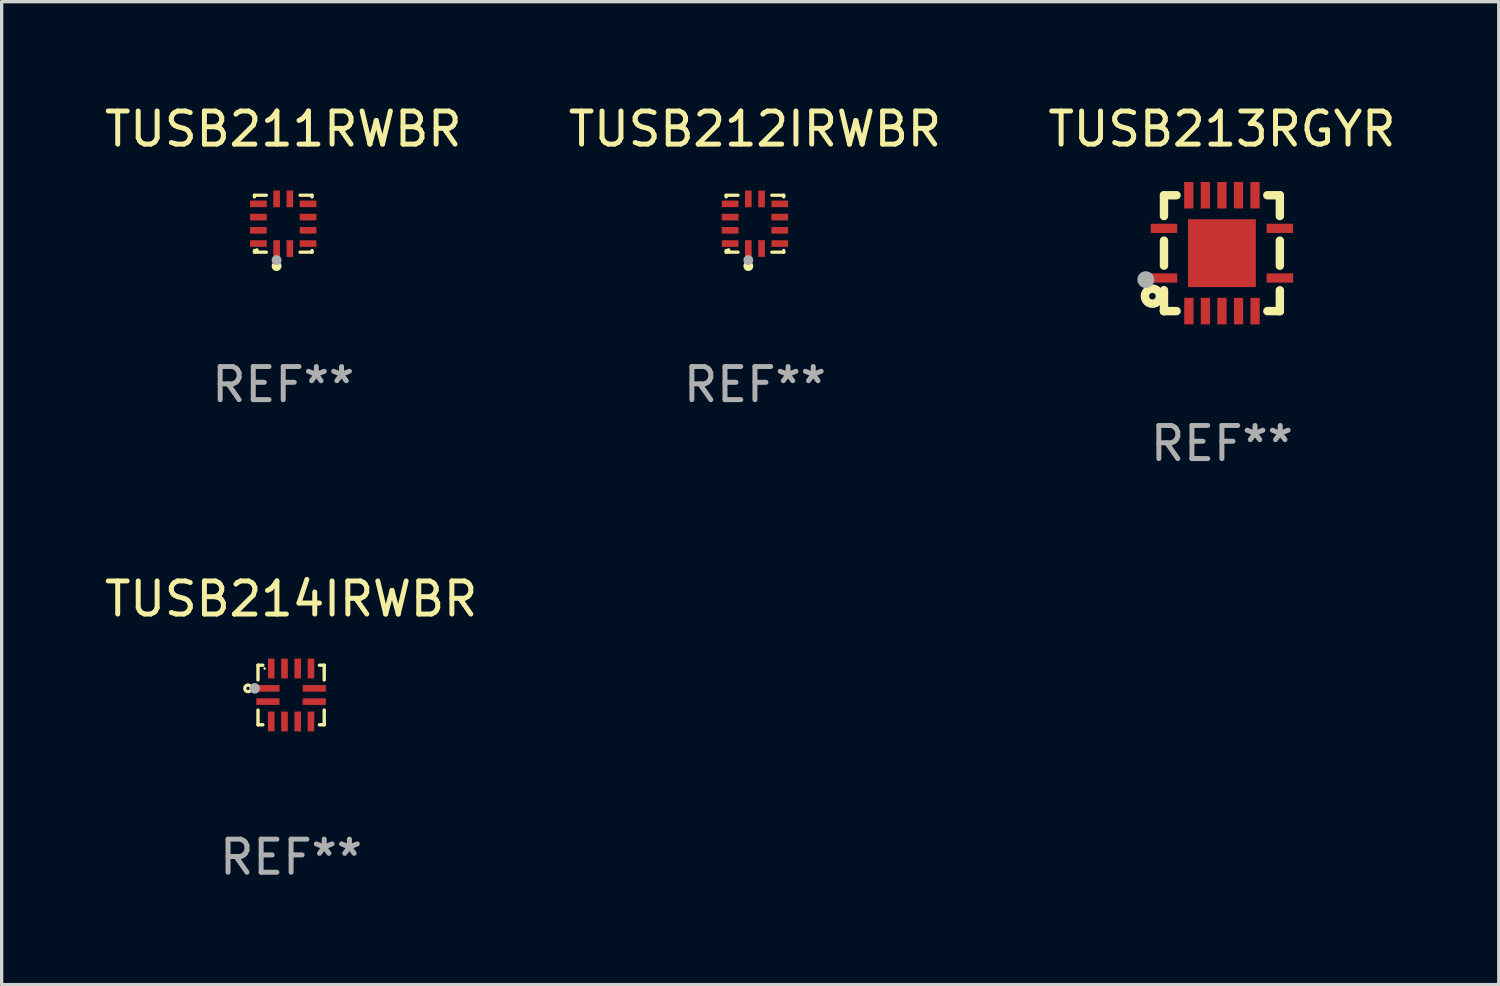
<source format=kicad_pcb>
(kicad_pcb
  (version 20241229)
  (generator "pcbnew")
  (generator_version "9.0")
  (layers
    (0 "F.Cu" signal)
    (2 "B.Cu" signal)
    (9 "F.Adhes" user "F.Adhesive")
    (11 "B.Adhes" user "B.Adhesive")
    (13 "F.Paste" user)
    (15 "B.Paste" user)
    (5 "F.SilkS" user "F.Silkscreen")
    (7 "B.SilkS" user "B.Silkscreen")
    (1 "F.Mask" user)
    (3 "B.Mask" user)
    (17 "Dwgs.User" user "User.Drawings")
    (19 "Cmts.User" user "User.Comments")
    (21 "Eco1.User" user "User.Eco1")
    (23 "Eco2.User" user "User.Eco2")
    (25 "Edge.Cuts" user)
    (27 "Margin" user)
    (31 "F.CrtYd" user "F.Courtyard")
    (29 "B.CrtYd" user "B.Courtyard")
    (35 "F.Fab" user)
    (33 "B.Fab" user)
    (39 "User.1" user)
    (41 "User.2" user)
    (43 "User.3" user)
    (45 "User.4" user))
  (footprint "TUSB213RGYR"
    (layer "F.Cu")
    (at 33.863 4.598)
    (property "Reference" "TUSB213RGYR" (at 0 -3.75 0) (layer "F.SilkS") (effects (font (size 1 1) (thickness 0.15))))
    (attr through_hole)
    (fp_line (start -1.75 1.75) (end -1.37 1.75) (stroke (width 0.254) (type solid)) (layer "F.SilkS"))
    (fp_line (start -1.75 -1.75) (end -1.75 -1.121) (stroke (width 0.254) (type solid)) (layer "F.SilkS"))
    (fp_line (start -1.75 -0.379) (end -1.75 0.377) (stroke (width 0.254) (type solid)) (layer "F.SilkS"))
    (fp_line (start -1.75 1.119) (end -1.75 1.75) (stroke (width 0.254) (type solid)) (layer "F.SilkS"))
    (fp_line (start -1.75 1.75) (end -1.75 1.75) (stroke (width 0.254) (type solid)) (layer "F.SilkS"))
    (fp_line (start -1.371 -1.75) (end -1.75 -1.75) (stroke (width 0.254) (type solid)) (layer "F.SilkS"))
    (fp_line (start 1.373 1.75) (end 1.75 1.75) (stroke (width 0.254) (type solid)) (layer "F.SilkS"))
    (fp_line (start 1.75 1.75) (end 1.75 1.75) (stroke (width 0.254) (type solid)) (layer "F.SilkS"))
    (fp_line (start 1.75 -1.75) (end 1.371 -1.75) (stroke (width 0.254) (type solid)) (layer "F.SilkS"))
    (fp_line (start 1.75 -1.121) (end 1.75 -1.75) (stroke (width 0.254) (type solid)) (layer "F.SilkS"))
    (fp_line (start 1.75 0.379) (end 1.75 -0.379) (stroke (width 0.254) (type solid)) (layer "F.SilkS"))
    (fp_line (start 1.75 1.75) (end 1.75 1.121) (stroke (width 0.254) (type solid)) (layer "F.SilkS"))
    (fp_circle (center -2.1 1.3) (end -2 1.3) (stroke (width 0.254) (type solid)) (fill no) (layer "F.SilkS"))
    (fp_circle (center -1.747 1.751) (end -1.717 1.751) (stroke (width 0.06) (type solid)) (fill no) (layer "F.SilkS"))
    (fp_circle (center -2.3 0.8) (end -2.173 0.8) (stroke (width 0.254) (type solid)) (fill no) (layer "F.Fab"))
    (fp_text user "REF**" (at 0 5.75 0) (layer "F.Fab") (effects (font (size 1 1) (thickness 0.15))))
    (pad "1" smd rect (at -1.75 0.75 270) (size 0.28 0.8) (layers "F.Cu" "F.Mask" "F.Paste"))
    (pad "2" smd rect (at -0.998 1.75 180) (size 0.28 0.8) (layers "F.Cu" "F.Mask" "F.Paste"))
    (pad "3" smd rect (at -0.498 1.75 180) (size 0.28 0.8) (layers "F.Cu" "F.Mask" "F.Paste"))
    (pad "4" smd rect (at 0.002 1.75 180) (size 0.28 0.8) (layers "F.Cu" "F.Mask" "F.Paste"))
    (pad "5" smd rect (at 0.502 1.75 180) (size 0.28 0.8) (layers "F.Cu" "F.Mask" "F.Paste"))
    (pad "6" smd rect (at 1.002 1.75 180) (size 0.28 0.8) (layers "F.Cu" "F.Mask" "F.Paste"))
    (pad "7" smd rect (at 1.75 0.75 270) (size 0.28 0.8) (layers "F.Cu" "F.Mask" "F.Paste"))
    (pad "8" smd rect (at 1.75 -0.75 270) (size 0.28 0.8) (layers "F.Cu" "F.Mask" "F.Paste"))
    (pad "9" smd rect (at 1 -1.75) (size 0.28 0.8) (layers "F.Cu" "F.Mask" "F.Paste"))
    (pad "10" smd rect (at 0.5 -1.75) (size 0.28 0.8) (layers "F.Cu" "F.Mask" "F.Paste"))
    (pad "11" smd rect (at 0 -1.75) (size 0.28 0.8) (layers "F.Cu" "F.Mask" "F.Paste"))
    (pad "12" smd rect (at -0.5 -1.75) (size 0.28 0.8) (layers "F.Cu" "F.Mask" "F.Paste"))
    (pad "13" smd rect (at -1 -1.75) (size 0.28 0.8) (layers "F.Cu" "F.Mask" "F.Paste"))
    (pad "14" smd rect (at -1.75 -0.75 90) (size 0.28 0.8) (layers "F.Cu" "F.Mask" "F.Paste"))
    (pad "15" smd rect (at 0 0 180) (size 2.05 2.05) (layers "F.Cu" "F.Mask" "F.Paste")))
  (footprint "TUSB211RWBR"
    (layer "F.Cu")
    (at 5.506 3.708)
    (property "Reference" "TUSB211RWBR" (at 0 -2.86 0) (layer "F.SilkS") (effects (font (size 1 1) (thickness 0.15))))
    (attr through_hole)
    (fp_line (start -0.87 0.86) (end -0.87 0.81) (stroke (width 0.1) (type solid)) (layer "F.SilkS"))
    (fp_line (start -0.87 -0.86) (end -0.87 -0.81) (stroke (width 0.1) (type solid)) (layer "F.SilkS"))
    (fp_line (start -0.87 -0.86) (end -0.51 -0.86) (stroke (width 0.1) (type solid)) (layer "F.SilkS"))
    (fp_line (start -0.87 0.86) (end -0.51 0.86) (stroke (width 0.1) (type solid)) (layer "F.SilkS"))
    (fp_line (start 0.87 -0.86) (end 0.51 -0.86) (stroke (width 0.1) (type solid)) (layer "F.SilkS"))
    (fp_line (start 0.87 0.86) (end 0.51 0.86) (stroke (width 0.1) (type solid)) (layer "F.SilkS"))
    (fp_line (start 0.87 0.86) (end 0.87 0.81) (stroke (width 0.1) (type solid)) (layer "F.SilkS"))
    (fp_line (start 0.87 -0.86) (end 0.87 -0.81) (stroke (width 0.1) (type solid)) (layer "F.SilkS"))
    (fp_circle (center -0.8 0.8) (end -0.77 0.8) (stroke (width 0.06) (type solid)) (fill no) (layer "F.SilkS"))
    (fp_circle (center -0.2 1.28) (end -0.125 1.28) (stroke (width 0.15) (type solid)) (fill no) (layer "F.SilkS"))
    (fp_circle (center -0.2 1.1) (end -0.125 1.1) (stroke (width 0.15) (type solid)) (fill no) (layer "F.Fab"))
    (fp_text user "REF**" (at 0 4.86 0) (layer "F.Fab") (effects (font (size 1 1) (thickness 0.15))))
    (pad "1" smd rect (at -0.2 0.75) (size 0.2 0.505) (layers "F.Cu" "F.Mask" "F.Paste"))
    (pad "2" smd rect (at 0.2 0.75) (size 0.2 0.505) (layers "F.Cu" "F.Mask" "F.Paste"))
    (pad "3" smd rect (at 0.75 0.6) (size 0.505 0.2) (layers "F.Cu" "F.Mask" "F.Paste"))
    (pad "4" smd rect (at 0.75 0.2) (size 0.505 0.2) (layers "F.Cu" "F.Mask" "F.Paste"))
    (pad "5" smd rect (at 0.75 -0.2) (size 0.505 0.2) (layers "F.Cu" "F.Mask" "F.Paste"))
    (pad "6" smd rect (at 0.75 -0.6) (size 0.505 0.2) (layers "F.Cu" "F.Mask" "F.Paste"))
    (pad "7" smd rect (at 0.2 -0.75) (size 0.2 0.505) (layers "F.Cu" "F.Mask" "F.Paste"))
    (pad "8" smd rect (at -0.2 -0.75) (size 0.2 0.505) (layers "F.Cu" "F.Mask" "F.Paste"))
    (pad "9" smd rect (at -0.75 -0.6) (size 0.505 0.2) (layers "F.Cu" "F.Mask" "F.Paste"))
    (pad "10" smd rect (at -0.75 -0.2) (size 0.505 0.2) (layers "F.Cu" "F.Mask" "F.Paste"))
    (pad "11" smd rect (at -0.75 0.2) (size 0.505 0.2) (layers "F.Cu" "F.Mask" "F.Paste"))
    (pad "12" smd rect (at -0.75 0.6) (size 0.505 0.2) (layers "F.Cu" "F.Mask" "F.Paste")))
  (footprint "TUSB212IRWBR"
    (layer "F.Cu")
    (at 19.756 3.708)
    (property "Reference" "TUSB212IRWBR" (at 0 -2.86 0) (layer "F.SilkS") (effects (font (size 1 1) (thickness 0.15))))
    (attr through_hole)
    (fp_line (start -0.87 0.86) (end -0.87 0.81) (stroke (width 0.1) (type solid)) (layer "F.SilkS"))
    (fp_line (start -0.87 -0.86) (end -0.87 -0.81) (stroke (width 0.1) (type solid)) (layer "F.SilkS"))
    (fp_line (start -0.87 -0.86) (end -0.51 -0.86) (stroke (width 0.1) (type solid)) (layer "F.SilkS"))
    (fp_line (start -0.87 0.86) (end -0.51 0.86) (stroke (width 0.1) (type solid)) (layer "F.SilkS"))
    (fp_line (start 0.87 -0.86) (end 0.51 -0.86) (stroke (width 0.1) (type solid)) (layer "F.SilkS"))
    (fp_line (start 0.87 0.86) (end 0.51 0.86) (stroke (width 0.1) (type solid)) (layer "F.SilkS"))
    (fp_line (start 0.87 0.86) (end 0.87 0.81) (stroke (width 0.1) (type solid)) (layer "F.SilkS"))
    (fp_line (start 0.87 -0.86) (end 0.87 -0.81) (stroke (width 0.1) (type solid)) (layer "F.SilkS"))
    (fp_circle (center -0.8 0.8) (end -0.77 0.8) (stroke (width 0.06) (type solid)) (fill no) (layer "F.SilkS"))
    (fp_circle (center -0.2 1.28) (end -0.125 1.28) (stroke (width 0.15) (type solid)) (fill no) (layer "F.SilkS"))
    (fp_circle (center -0.2 1.1) (end -0.125 1.1) (stroke (width 0.15) (type solid)) (fill no) (layer "F.Fab"))
    (fp_text user "REF**" (at 0 4.86 0) (layer "F.Fab") (effects (font (size 1 1) (thickness 0.15))))
    (pad "1" smd rect (at -0.2 0.75) (size 0.2 0.505) (layers "F.Cu" "F.Mask" "F.Paste"))
    (pad "2" smd rect (at 0.2 0.75) (size 0.2 0.505) (layers "F.Cu" "F.Mask" "F.Paste"))
    (pad "3" smd rect (at 0.75 0.6) (size 0.505 0.2) (layers "F.Cu" "F.Mask" "F.Paste"))
    (pad "4" smd rect (at 0.75 0.2) (size 0.505 0.2) (layers "F.Cu" "F.Mask" "F.Paste"))
    (pad "5" smd rect (at 0.75 -0.2) (size 0.505 0.2) (layers "F.Cu" "F.Mask" "F.Paste"))
    (pad "6" smd rect (at 0.75 -0.6) (size 0.505 0.2) (layers "F.Cu" "F.Mask" "F.Paste"))
    (pad "7" smd rect (at 0.2 -0.75) (size 0.2 0.505) (layers "F.Cu" "F.Mask" "F.Paste"))
    (pad "8" smd rect (at -0.2 -0.75) (size 0.2 0.505) (layers "F.Cu" "F.Mask" "F.Paste"))
    (pad "9" smd rect (at -0.75 -0.6) (size 0.505 0.2) (layers "F.Cu" "F.Mask" "F.Paste"))
    (pad "10" smd rect (at -0.75 -0.2) (size 0.505 0.2) (layers "F.Cu" "F.Mask" "F.Paste"))
    (pad "11" smd rect (at -0.75 0.2) (size 0.505 0.2) (layers "F.Cu" "F.Mask" "F.Paste"))
    (pad "12" smd rect (at -0.75 0.6) (size 0.505 0.2) (layers "F.Cu" "F.Mask" "F.Paste")))
  (footprint "TUSB214IRWBR"
    (layer "F.Cu")
    (at 5.744 17.945)
    (property "Reference" "TUSB214IRWBR" (at 0 -2.9 0) (layer "F.SilkS") (effects (font (size 1 1) (thickness 0.15))))
    (attr through_hole)
    (fp_line (start -1 -0.9) (end -0.855 -0.9) (stroke (width 0.102) (type solid)) (layer "F.SilkS"))
    (fp_line (start -1 -0.455) (end -1 -0.9) (stroke (width 0.102) (type solid)) (layer "F.SilkS"))
    (fp_line (start -1 0.9) (end -1 0.455) (stroke (width 0.102) (type solid)) (layer "F.SilkS"))
    (fp_line (start -0.855 0.9) (end -1 0.9) (stroke (width 0.102) (type solid)) (layer "F.SilkS"))
    (fp_line (start 0.855 -0.9) (end 1 -0.9) (stroke (width 0.102) (type solid)) (layer "F.SilkS"))
    (fp_line (start 1 -0.9) (end 1 -0.455) (stroke (width 0.102) (type solid)) (layer "F.SilkS"))
    (fp_line (start 1 0.455) (end 1 0.9) (stroke (width 0.102) (type solid)) (layer "F.SilkS"))
    (fp_line (start 1 0.9) (end 0.855 0.9) (stroke (width 0.102) (type solid)) (layer "F.SilkS"))
    (fp_circle (center -1.3 -0.2) (end -1.2 -0.2) (stroke (width 0.1) (type solid)) (fill no) (layer "F.SilkS"))
    (fp_circle (center -0.8 -0.8) (end -0.78 -0.8) (stroke (width 0.04) (type solid)) (fill no) (layer "F.SilkS"))
    (fp_circle (center -1.1 -0.2) (end -1.02 -0.2) (stroke (width 0.16) (type solid)) (fill no) (layer "F.Fab"))
    (fp_text user "REF**" (at 0 4.9 0) (layer "F.Fab") (effects (font (size 1 1) (thickness 0.15))))
    (pad "1" smd rect (at -0.7 -0.2 180) (size 0.7 0.2) (layers "F.Cu" "F.Mask" "F.Paste"))
    (pad "2" smd rect (at -0.7 0.2 180) (size 0.7 0.2) (layers "F.Cu" "F.Mask" "F.Paste"))
    (pad "3" smd rect (at -0.6 0.8) (size 0.2 0.6) (layers "F.Cu" "F.Mask" "F.Paste"))
    (pad "4" smd rect (at -0.2 0.8) (size 0.2 0.6) (layers "F.Cu" "F.Mask" "F.Paste"))
    (pad "5" smd rect (at 0.2 0.8) (size 0.2 0.6) (layers "F.Cu" "F.Mask" "F.Paste"))
    (pad "6" smd rect (at 0.6 0.8) (size 0.2 0.6) (layers "F.Cu" "F.Mask" "F.Paste"))
    (pad "7" smd rect (at 0.7 0.2 180) (size 0.7 0.2) (layers "F.Cu" "F.Mask" "F.Paste"))
    (pad "8" smd rect (at 0.7 -0.2) (size 0.7 0.2) (layers "F.Cu" "F.Mask" "F.Paste"))
    (pad "9" smd rect (at 0.6 -0.8) (size 0.2 0.6) (layers "F.Cu" "F.Mask" "F.Paste"))
    (pad "10" smd rect (at 0.2 -0.8) (size 0.2 0.6) (layers "F.Cu" "F.Mask" "F.Paste"))
    (pad "11" smd rect (at -0.2 -0.8) (size 0.2 0.6) (layers "F.Cu" "F.Mask" "F.Paste"))
    (pad "12" smd rect (at -0.6 -0.8) (size 0.2 0.6) (layers "F.Cu" "F.Mask" "F.Paste")))
  (gr_rect
    (start -3 -3)
    (end 42.226 26.693)
    (stroke (width 0.1) (type default))
    (fill no)
    (layer "Edge.Cuts")))
</source>
